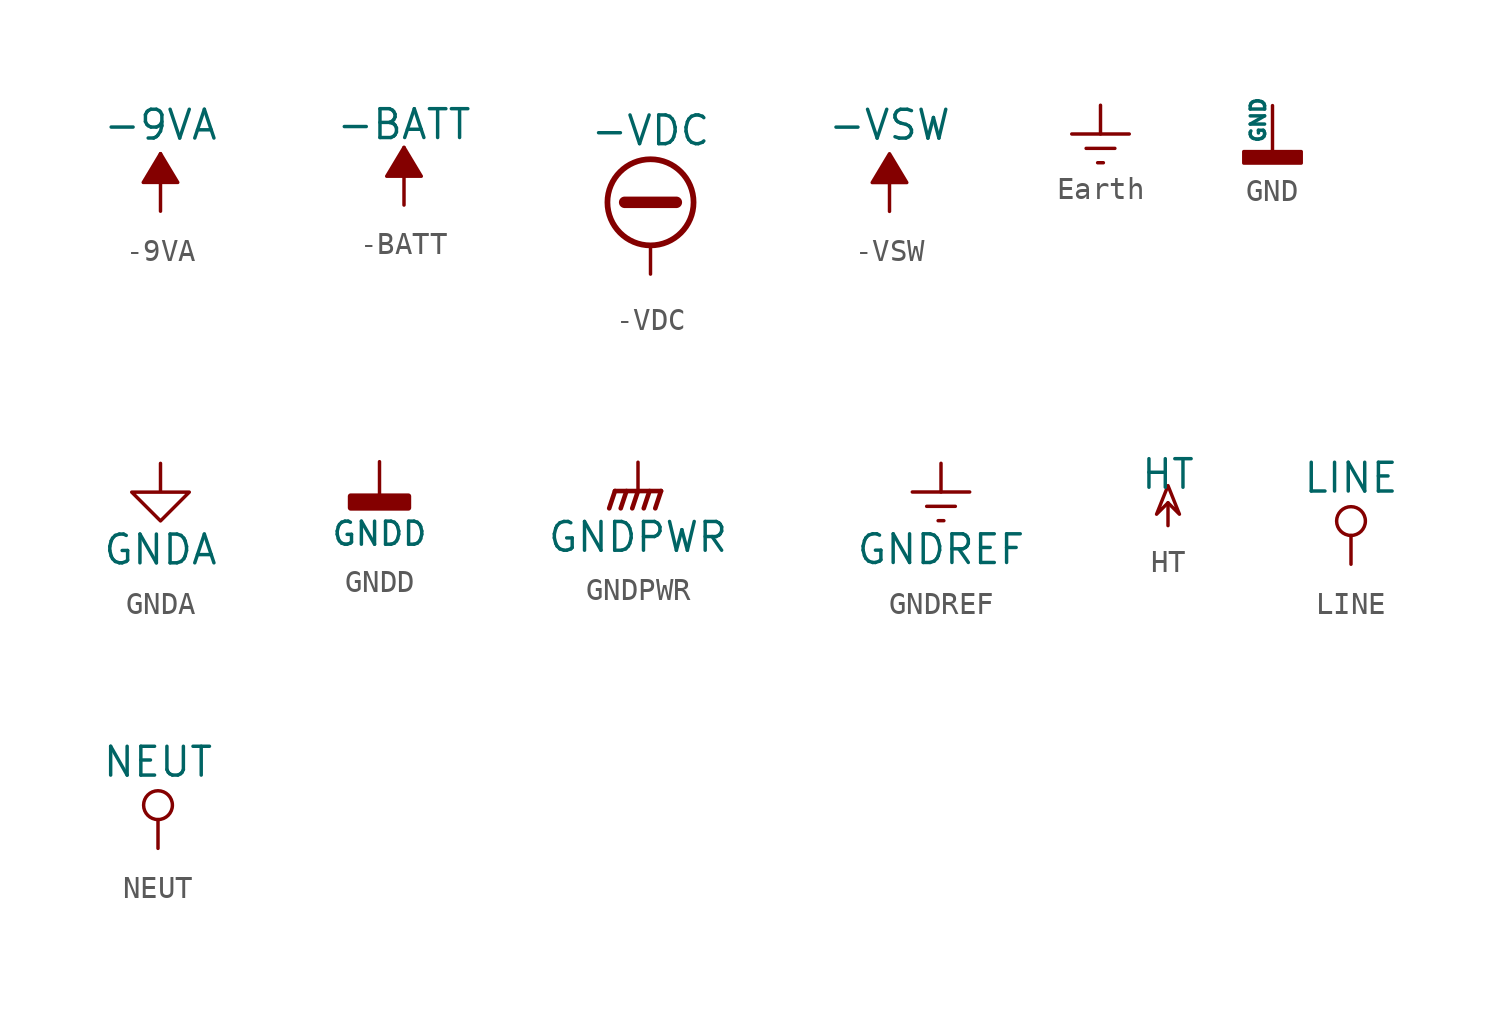
<source format=kicad_sym>
(kicad_symbol_lib
  (version 20231120)
  (generator "kicad_symbol_editor")
  (generator_version "8.0")
  (symbol "-9VA"
    (power)
    (pin_numbers hide)
    (pin_names
      (offset 0) hide)
    (property "Reference" "#PWR"
      (at 0 -3.175 0)
      (effects (font (size 1.27 1.27)) (hide yes)))
    (property "Value" "-9VA"
      (at 0 3.81 0)
      (effects (font (size 1.27 1.27))))
    (symbol "-9VA_0_1"
      (polyline (pts (xy 0 0) (xy 0 2.54)) (stroke (width 0) (type default)) (fill (type none)))
      (polyline (pts (xy 0.762 1.27) (xy -0.762 1.27) (xy 0 2.54) (xy 0.762 1.27)) (stroke (width 0) (type default)) (fill (type outline))))
    (symbol "-9VA_1_1"
      (pin power_in line (at 0 0 90) (length 0) hide (name "-9VA" (effects (font (size 1.27 1.27)))) (number "1" (effects (font (size 1.27 1.27)))))))
  (symbol "-BATT"
    (power)
    (pin_numbers hide)
    (pin_names
      (offset 0) hide)
    (property "Reference" "#PWR"
      (at 0 -3.81 0)
      (effects (font (size 1.27 1.27)) (hide yes)))
    (property "Value" "-BATT"
      (at 0 3.556 0)
      (effects (font (size 1.27 1.27))))
    (symbol "-BATT_0_1"
      (polyline (pts (xy 0 0) (xy 0 2.54)) (stroke (width 0) (type default)) (fill (type none)))
      (polyline (pts (xy 0.762 1.27) (xy -0.762 1.27) (xy 0 2.54) (xy 0.762 1.27)) (stroke (width 0) (type default)) (fill (type outline))))
    (symbol "-BATT_1_1"
      (pin power_in line (at 0 0 90) (length 0) hide (name "-BATT" (effects (font (size 1.27 1.27)))) (number "1" (effects (font (size 1.27 1.27)))))))
  (symbol "-VDC"
    (power)
    (pin_numbers hide)
    (pin_names
      (offset 0) hide)
    (property "Reference" "#PWR"
      (at 0 -2.54 0)
      (effects (font (size 1.27 1.27)) (hide yes)))
    (property "Value" "-VDC"
      (at 0 6.35 0)
      (effects (font (size 1.27 1.27))))
    (symbol "-VDC_0_1"
      (polyline (pts (xy -1.143 3.175) (xy 1.143 3.175)) (stroke (width 0.508) (type default)) (fill (type none)))
      (polyline (pts (xy 0 0) (xy 0 1.27)) (stroke (width 0) (type default)) (fill (type none)))
      (circle (center 0 3.175) (radius 1.905) (stroke (width 0.254) (type default)) (fill (type none))))
    (symbol "-VDC_1_1"
      (pin power_in line (at 0 0 90) (length 0) hide (name "-VDC" (effects (font (size 1.27 1.27)))) (number "1" (effects (font (size 1.27 1.27)))))))
  (symbol "-VSW"
    (power)
    (pin_numbers hide)
    (pin_names
      (offset 0) hide)
    (property "Reference" "#PWR"
      (at 0 2.54 0)
      (effects (font (size 1.27 1.27)) (hide yes)))
    (property "Value" "-VSW"
      (at 0 3.81 0)
      (effects (font (size 1.27 1.27))))
    (symbol "-VSW_0_0"
      (pin power_in line (at 0 0 90) (length 0) hide (name "-VSW" (effects (font (size 1.27 1.27)))) (number "1" (effects (font (size 1.27 1.27))))))
    (symbol "-VSW_0_1"
      (polyline (pts (xy 0 0) (xy 0 1.27) (xy 0.762 1.27) (xy 0 2.54) (xy -0.762 1.27) (xy 0 1.27)) (stroke (width 0) (type default)) (fill (type outline)))))
  (symbol "Earth"
    (power)
    (pin_numbers hide)
    (pin_names
      (offset 0) hide)
    (property "Reference" "#PWR"
      (at 0 -6.35 0)
      (effects (font (size 1.27 1.27)) (hide yes)))
    (symbol "Earth_0_1"
      (polyline (pts (xy -0.635 -1.905) (xy 0.635 -1.905)) (stroke (width 0) (type default)) (fill (type none)))
      (polyline (pts (xy -0.127 -2.54) (xy 0.127 -2.54)) (stroke (width 0) (type default)) (fill (type none)))
      (polyline (pts (xy 0 -1.27) (xy 0 0)) (stroke (width 0) (type default)) (fill (type none)))
      (polyline (pts (xy 1.27 -1.27) (xy -1.27 -1.27)) (stroke (width 0) (type default)) (fill (type none))))
    (symbol "Earth_1_1"
      (pin power_in line (at 0 0 270) (length 0) hide (name "Earth" (effects (font (size 1.27 1.27)))) (number "1" (effects (font (size 1.27 1.27)))))))
  (symbol "GND"
    (power)
    (pin_numbers hide)
    (pin_names
      (offset 0) hide)
    (property "Reference" "#PWR"
      (at 0 -5.08 0)
      (effects (font (size 1.27 1.27)) (hide yes)))
    (property "Value" "GND"
      (at -0.635 -0.635 90)
      (effects (font (size 0.635 0.635))))
    (symbol "GND_0_1"
      (rectangle (start -1.27 -2.032) (end 1.27 -2.54) (stroke (width 0.152) (type default)) (fill (type outline)))
      (polyline (pts (xy 0 0) (xy 0 -2.032)) (stroke (width 0.152) (type default)) (fill (type none))))
    (symbol "GND_1_1"
      (pin power_in line (at 0 0 270) (length 0) hide (name "GND" (effects (font (size 1.27 1.27)))) (number "1" (effects (font (size 1.27 1.27)))))))
  (symbol "GNDA"
    (power)
    (pin_numbers hide)
    (pin_names
      (offset 0) hide)
    (property "Reference" "#PWR"
      (at 0 -6.35 0)
      (effects (font (size 1.27 1.27)) (hide yes)))
    (property "Value" "GNDA"
      (at 0 -3.81 0)
      (effects (font (size 1.27 1.27))))
    (symbol "GNDA_0_1"
      (polyline (pts (xy 0 0) (xy 0 -1.27) (xy 1.27 -1.27) (xy 0 -2.54) (xy -1.27 -1.27) (xy 0 -1.27)) (stroke (width 0) (type default)) (fill (type none))))
    (symbol "GNDA_1_1"
      (pin power_in line (at 0 0 270) (length 0) hide (name "GNDA" (effects (font (size 1.27 1.27)))) (number "1" (effects (font (size 1.27 1.27)))))))
  (symbol "GNDD"
    (power)
    (pin_numbers hide)
    (pin_names
      (offset 0) hide)
    (property "Reference" "#PWR"
      (at 0 -6.35 0)
      (effects (font (size 1.27 1.27)) (hide yes)))
    (property "Value" "GNDD"
      (at 0 -3.175 0)
      (effects (font (size 1.016 1.016))))
    (symbol "GNDD_0_1"
      (rectangle (start -1.27 -1.524) (end 1.27 -2.032) (stroke (width 0.254) (type default)) (fill (type outline)))
      (polyline (pts (xy 0 0) (xy 0 -1.524)) (stroke (width 0) (type default)) (fill (type none))))
    (symbol "GNDD_1_1"
      (pin power_in line (at 0 0 270) (length 0) hide (name "GNDD" (effects (font (size 1.27 1.27)))) (number "1" (effects (font (size 1.27 1.27)))))))
  (symbol "GNDPWR"
    (power)
    (pin_numbers hide)
    (pin_names
      (offset 0) hide)
    (property "Reference" "#PWR"
      (at 0 -5.08 0)
      (effects (font (size 1.27 1.27)) (hide yes)))
    (property "Value" "GNDPWR"
      (at 0 -3.302 0)
      (effects (font (size 1.27 1.27))))
    (symbol "GNDPWR_0_1"
      (polyline (pts (xy 0 -1.27) (xy 0 0)) (stroke (width 0) (type default)) (fill (type none)))
      (polyline (pts (xy -1.016 -1.27) (xy -1.27 -2.032) (xy -1.27 -2.032)) (stroke (width 0.203) (type default)) (fill (type none)))
      (polyline (pts (xy -0.508 -1.27) (xy -0.762 -2.032) (xy -0.762 -2.032)) (stroke (width 0.203) (type default)) (fill (type none)))
      (polyline (pts (xy 0 -1.27) (xy -0.254 -2.032) (xy -0.254 -2.032)) (stroke (width 0.203) (type default)) (fill (type none)))
      (polyline (pts (xy 0.508 -1.27) (xy 0.254 -2.032) (xy 0.254 -2.032)) (stroke (width 0.203) (type default)) (fill (type none)))
      (polyline (pts (xy 1.016 -1.27) (xy -1.016 -1.27) (xy -1.016 -1.27)) (stroke (width 0.203) (type default)) (fill (type none)))
      (polyline (pts (xy 1.016 -1.27) (xy 0.762 -2.032) (xy 0.762 -2.032) (xy 0.762 -2.032)) (stroke (width 0.203) (type default)) (fill (type none))))
    (symbol "GNDPWR_1_1"
      (pin power_in line (at 0 0 270) (length 0) hide (name "GNDPWR" (effects (font (size 1.27 1.27)))) (number "1" (effects (font (size 1.27 1.27)))))))
  (symbol "GNDREF"
    (power)
    (pin_numbers hide)
    (pin_names
      (offset 0) hide)
    (property "Reference" "#PWR"
      (at 0 -6.35 0)
      (effects (font (size 1.27 1.27)) (hide yes)))
    (property "Value" "GNDREF"
      (at 0 -3.81 0)
      (effects (font (size 1.27 1.27))))
    (symbol "GNDREF_0_1"
      (polyline (pts (xy -0.635 -1.905) (xy 0.635 -1.905)) (stroke (width 0) (type default)) (fill (type none)))
      (polyline (pts (xy -0.127 -2.54) (xy 0.127 -2.54)) (stroke (width 0) (type default)) (fill (type none)))
      (polyline (pts (xy 0 -1.27) (xy 0 0)) (stroke (width 0) (type default)) (fill (type none)))
      (polyline (pts (xy 1.27 -1.27) (xy -1.27 -1.27)) (stroke (width 0) (type default)) (fill (type none))))
    (symbol "GNDREF_1_1"
      (pin power_in line (at 0 0 270) (length 0) hide (name "GNDREF" (effects (font (size 1.27 1.27)))) (number "1" (effects (font (size 1.27 1.27)))))))
  (symbol "HT"
    (power)
    (pin_numbers hide)
    (pin_names
      (offset 0) hide)
    (property "Reference" "#PWR"
      (at 0 3.048 0)
      (effects (font (size 1.27 1.27)) (hide yes)))
    (property "Value" "HT"
      (at 0 2.286 0)
      (effects (font (size 1.27 1.27))))
    (symbol "HT_0_0"
      (pin power_in line (at 0 0 90) (length 0) hide (name "HT" (effects (font (size 1.27 1.27)))) (number "1" (effects (font (size 1.27 1.27))))))
    (symbol "HT_0_1"
      (polyline (pts (xy 0 0) (xy 0 1.016) (xy 0 1.016)) (stroke (width 0) (type default)) (fill (type none)))
      (polyline (pts (xy 0 1.016) (xy 0.508 0.508) (xy 0 1.778) (xy -0.508 0.508) (xy 0 1.016) (xy 0 1.016)) (stroke (width 0) (type default)) (fill (type none)))))
  (symbol "LINE"
    (power)
    (pin_numbers hide)
    (pin_names
      (offset 0) hide)
    (property "Reference" "#PWR"
      (at 0 -3.81 0)
      (effects (font (size 1.27 1.27)) (hide yes)))
    (property "Value" "LINE"
      (at 0 3.81 0)
      (effects (font (size 1.27 1.27))))
    (symbol "LINE_0_1"
      (polyline (pts (xy 0 0) (xy 0 1.27)) (stroke (width 0) (type default)) (fill (type none)))
      (circle (center 0 1.905) (radius 0.635) (stroke (width 0) (type default)) (fill (type none))))
    (symbol "LINE_1_1"
      (pin power_in line (at 0 0 90) (length 0) hide (name "LINE" (effects (font (size 1.27 1.27)))) (number "1" (effects (font (size 1.27 1.27)))))))
  (symbol "NEUT"
    (power)
    (pin_numbers hide)
    (pin_names
      (offset 0) hide)
    (property "Reference" "#PWR"
      (at 0 -3.81 0)
      (effects (font (size 1.27 1.27)) (hide yes)))
    (property "Value" "NEUT"
      (at 0 3.81 0)
      (effects (font (size 1.27 1.27))))
    (symbol "NEUT_0_1"
      (polyline (pts (xy 0 0) (xy 0 1.27)) (stroke (width 0) (type default)) (fill (type none)))
      (circle (center 0 1.905) (radius 0.635) (stroke (width 0) (type default)) (fill (type none))))
    (symbol "NEUT_1_1"
      (pin power_in line (at 0 0 90) (length 0) hide (name "NEUT" (effects (font (size 1.27 1.27)))) (number "1" (effects (font (size 1.27 1.27))))))))
</source>
